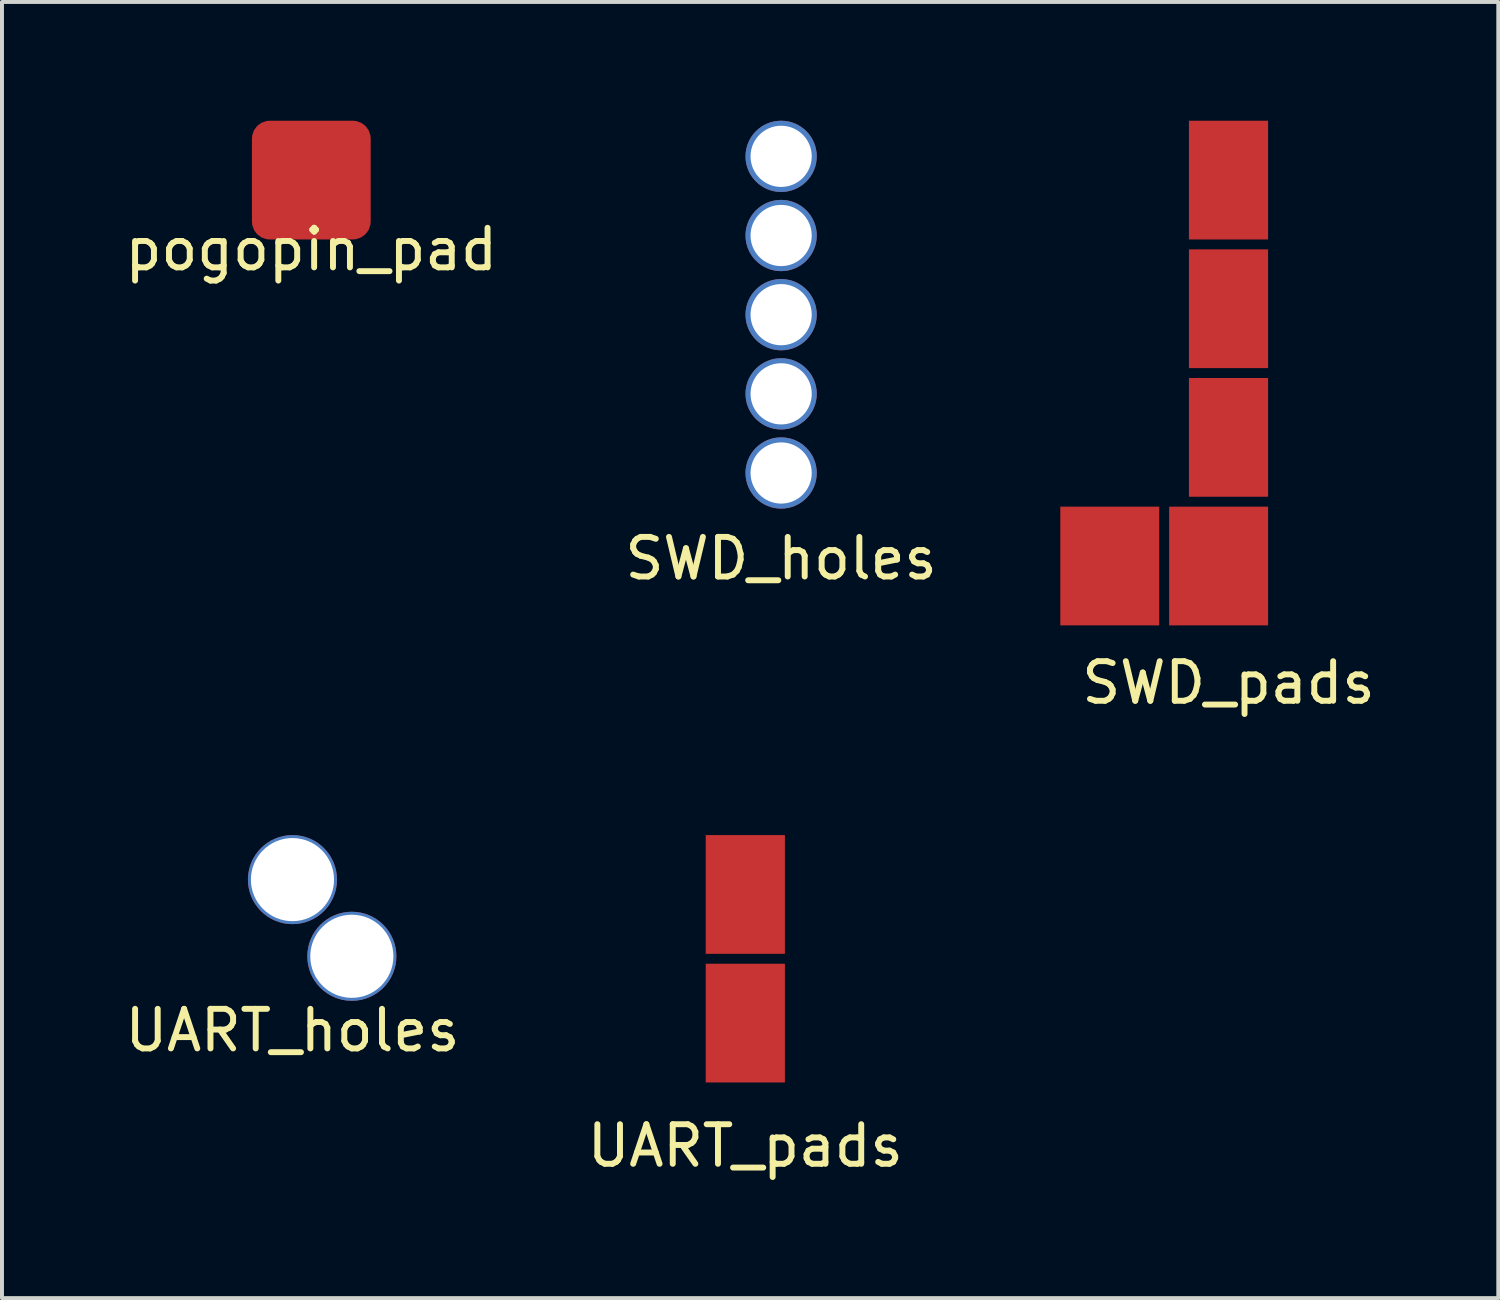
<source format=kicad_pcb>
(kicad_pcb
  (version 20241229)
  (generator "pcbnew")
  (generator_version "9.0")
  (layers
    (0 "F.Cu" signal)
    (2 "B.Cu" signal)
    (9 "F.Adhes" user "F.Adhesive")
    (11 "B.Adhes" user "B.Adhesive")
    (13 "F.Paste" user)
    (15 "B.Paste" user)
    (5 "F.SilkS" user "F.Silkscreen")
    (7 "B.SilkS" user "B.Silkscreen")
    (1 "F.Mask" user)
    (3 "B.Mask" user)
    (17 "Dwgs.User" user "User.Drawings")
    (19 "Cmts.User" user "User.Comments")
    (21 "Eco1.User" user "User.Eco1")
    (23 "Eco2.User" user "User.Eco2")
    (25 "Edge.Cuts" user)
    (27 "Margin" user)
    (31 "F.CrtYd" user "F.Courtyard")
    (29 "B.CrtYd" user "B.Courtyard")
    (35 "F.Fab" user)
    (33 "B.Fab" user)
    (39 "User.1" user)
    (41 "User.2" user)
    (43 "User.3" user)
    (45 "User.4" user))
  (footprint "pogopin_pad"
    (layer "F.Cu")
    (at 4.815 1.5)
    (property "Reference" "pogopin_pad" (at 0 1.75 0) (layer "F.SilkS") (effects (font (size 1 1) (thickness 0.15))))
    (attr through_hole)
    (pad "1" smd roundrect (at 0 0) (size 3 3) (layers "F.Cu" "F.Mask" "F.Paste") (roundrect_rratio 0.15)))
  (footprint "SWD_pads"
    (layer "F.Cu")
    (at 27.988 1.5)
    (property "Reference" "SWD_pads" (at 0 12.7 0) (layer "F.SilkS") (effects (font (size 1 1) (thickness 0.15))))
    (attr through_hole)
    (pad "1" smd rect (at 0 0) (size 2 3) (layers "F.Cu" "F.Mask"))
    (pad "2" smd rect (at 0 3.25) (size 2 3) (layers "F.Cu" "F.Mask"))
    (pad "3" smd rect (at 0 6.5) (size 2 3) (layers "F.Cu" "F.Mask"))
    (pad "4" smd rect (at -0.25 9.75) (size 2.5 3) (layers "F.Cu" "F.Mask"))
    (pad "5" smd rect (at -3 9.75) (size 2.5 3) (layers "F.Cu" "F.Mask")))
  (footprint "UART_pads"
    (layer "F.Cu")
    (at 15.78 19.548)
    (property "Reference" "UART_pads" (at 0 6.35 0) (layer "F.SilkS") (effects (font (size 1 1) (thickness 0.15))))
    (attr through_hole)
    (pad "1" smd rect (at 0 0) (size 2 3) (layers "F.Cu" "F.Mask"))
    (pad "2" smd rect (at 0 3.25) (size 2 3) (layers "F.Cu" "F.Mask")))
  (footprint "SWD_holes"
    (layer "F.Cu")
    (at 16.685 0.9)
    (property "Reference" "SWD_holes" (at 0 10.16 0) (layer "F.SilkS") (effects (font (size 1 1) (thickness 0.15))))
    (attr through_hole)
    (pad "1" thru_hole circle (at 0 0) (size 1.8 1.8) (drill 1.546) (layers "*.Cu" "*.Mask"))
    (pad "2" thru_hole circle (at 0 2) (size 1.8 1.8) (drill 1.546) (layers "*.Cu" "*.Mask"))
    (pad "3" thru_hole circle (at 0 4) (size 1.8 1.8) (drill 1.546) (layers "*.Cu" "*.Mask"))
    (pad "4" thru_hole circle (at 0 6) (size 1.8 1.8) (drill 1.546) (layers "*.Cu" "*.Mask"))
    (pad "5" thru_hole circle (at 0 8) (size 1.8 1.8) (drill 1.546) (layers "*.Cu" "*.Mask")))
  (footprint "UART_holes"
    (layer "F.Cu")
    (at 4.339 19.173)
    (property "Reference" "UART_holes" (at 0 3.81 0) (layer "F.SilkS") (effects (font (size 1 1) (thickness 0.15))))
    (attr through_hole)
    (pad "1" thru_hole circle (at 0 0) (size 2.25 2.25) (drill 2.1) (layers "*.Cu" "*.Mask"))
    (pad "2" thru_hole circle (at 1.5 1.937 90) (size 2.25 2.25) (drill 2.1) (layers "*.Cu" "*.Mask")))
  (gr_rect
    (start -3 -3)
    (end 34.804 29.747)
    (stroke (width 0.1) (type default))
    (fill no)
    (layer "Edge.Cuts")))
</source>
